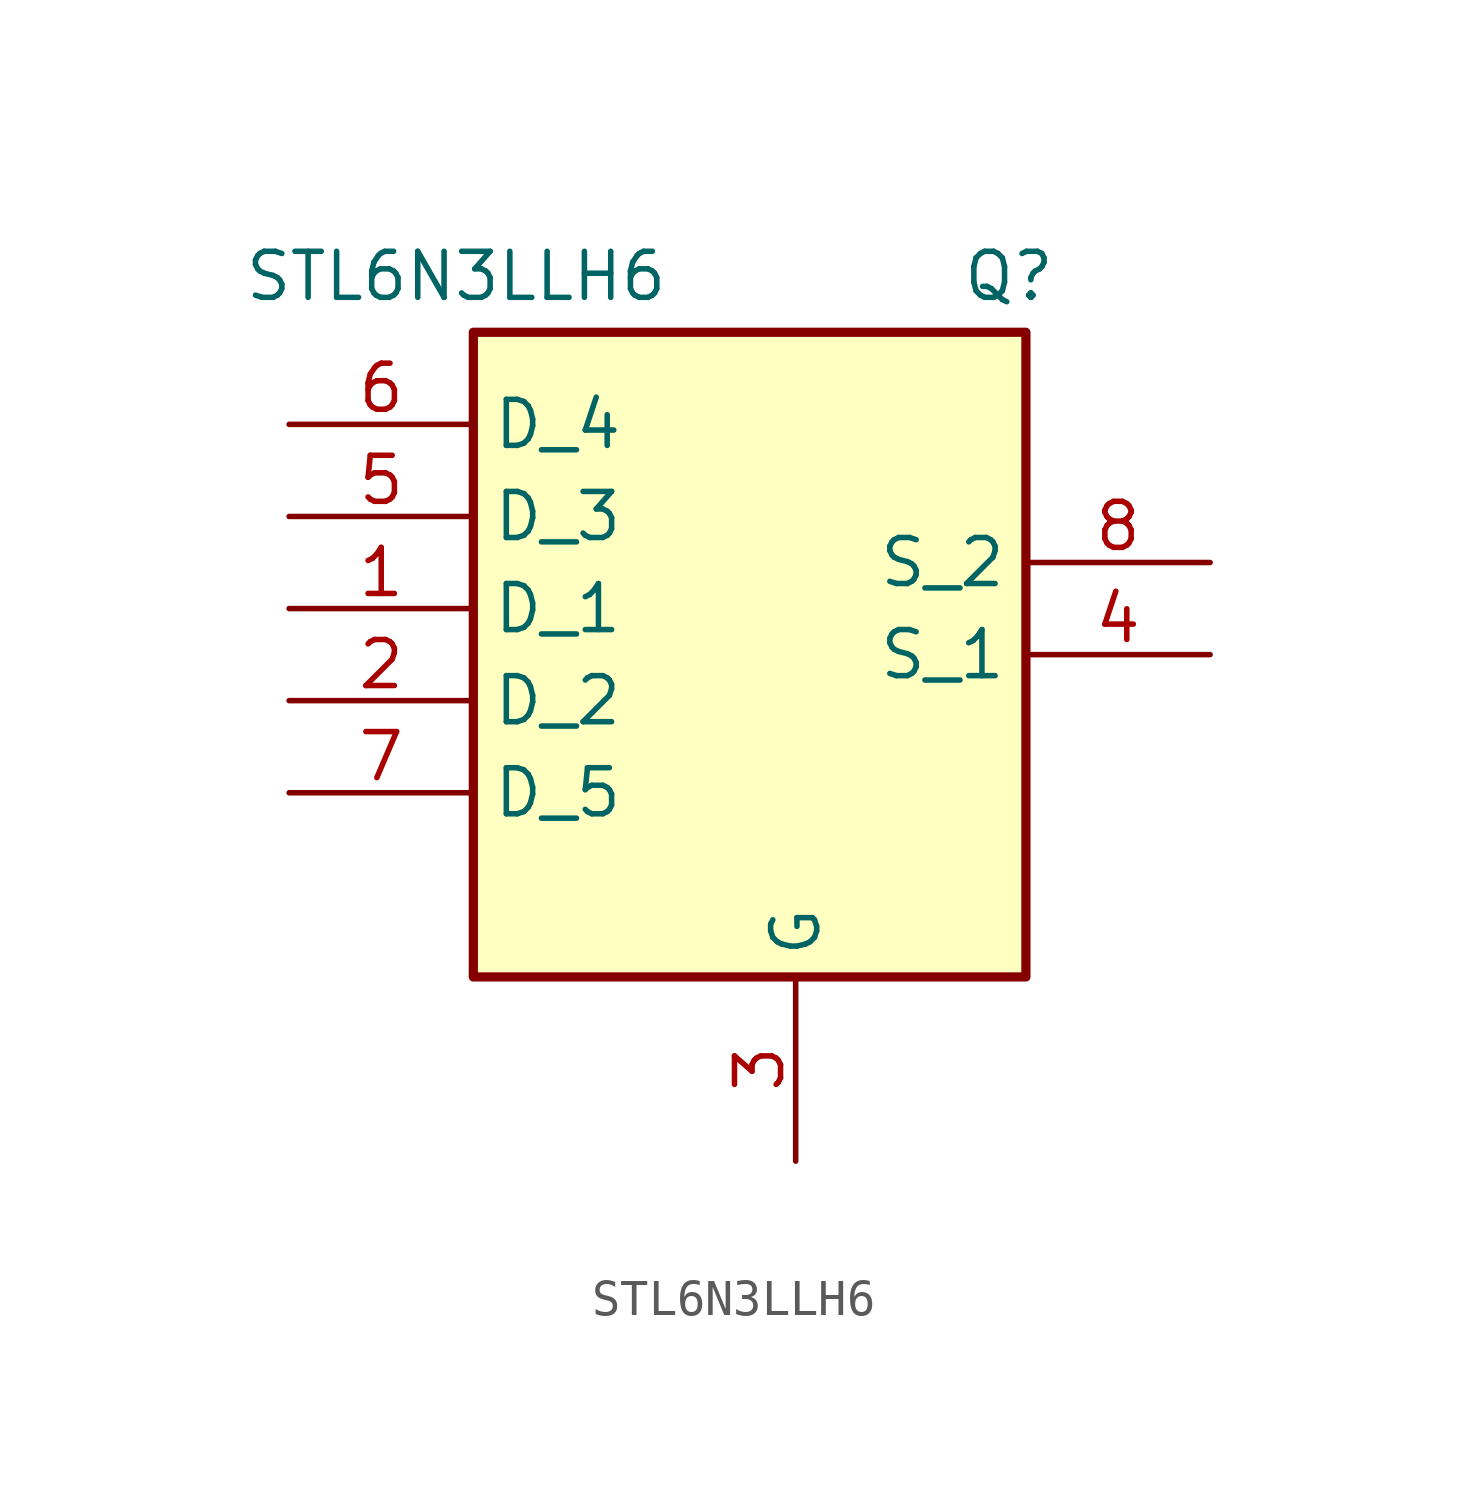
<source format=kicad_sym>
(kicad_symbol_lib
  (version 20231120)
  (generator "kicad_symbol_editor")
  (generator_version "8.0")
  (symbol "STL6N3LLH6"
    (property "Reference" "Q"
      (at 5.842 11.176 0)
      (effects (font (size 1.27 1.27)) (justify left top)))
    (property "Value" "STL6N3LLH6"
      (at -13.97 11.176 0)
      (effects (font (size 1.27 1.27)) (justify left top)))
    (symbol "STL6N3LLH6_1_1"
      (rectangle (start -7.62 8.89) (end 7.62 -8.89) (stroke (width 0.254) (type default)) (fill (type background)))
      (pin passive line (at -12.7 1.27 0) (length 5.08) (name "D_1" (effects (font (size 1.27 1.27)))) (number "1" (effects (font (size 1.27 1.27)))))
      (pin passive line (at -12.7 -1.27 0) (length 5.08) (name "D_2" (effects (font (size 1.27 1.27)))) (number "2" (effects (font (size 1.27 1.27)))))
      (pin passive line (at 1.27 -13.97 90) (length 5.08) (name "G" (effects (font (size 1.27 1.27)))) (number "3" (effects (font (size 1.27 1.27)))))
      (pin passive line (at 12.7 0 180) (length 5.08) (name "S_1" (effects (font (size 1.27 1.27)))) (number "4" (effects (font (size 1.27 1.27)))))
      (pin passive line (at -12.7 3.81 0) (length 5.08) (name "D_3" (effects (font (size 1.27 1.27)))) (number "5" (effects (font (size 1.27 1.27)))))
      (pin passive line (at -12.7 6.35 0) (length 5.08) (name "D_4" (effects (font (size 1.27 1.27)))) (number "6" (effects (font (size 1.27 1.27)))))
      (pin passive line (at -12.7 -3.81 0) (length 5.08) (name "D_5" (effects (font (size 1.27 1.27)))) (number "7" (effects (font (size 1.27 1.27)))))
      (pin passive line (at 12.7 2.54 180) (length 5.08) (name "S_2" (effects (font (size 1.27 1.27)))) (number "8" (effects (font (size 1.27 1.27))))))))
</source>
